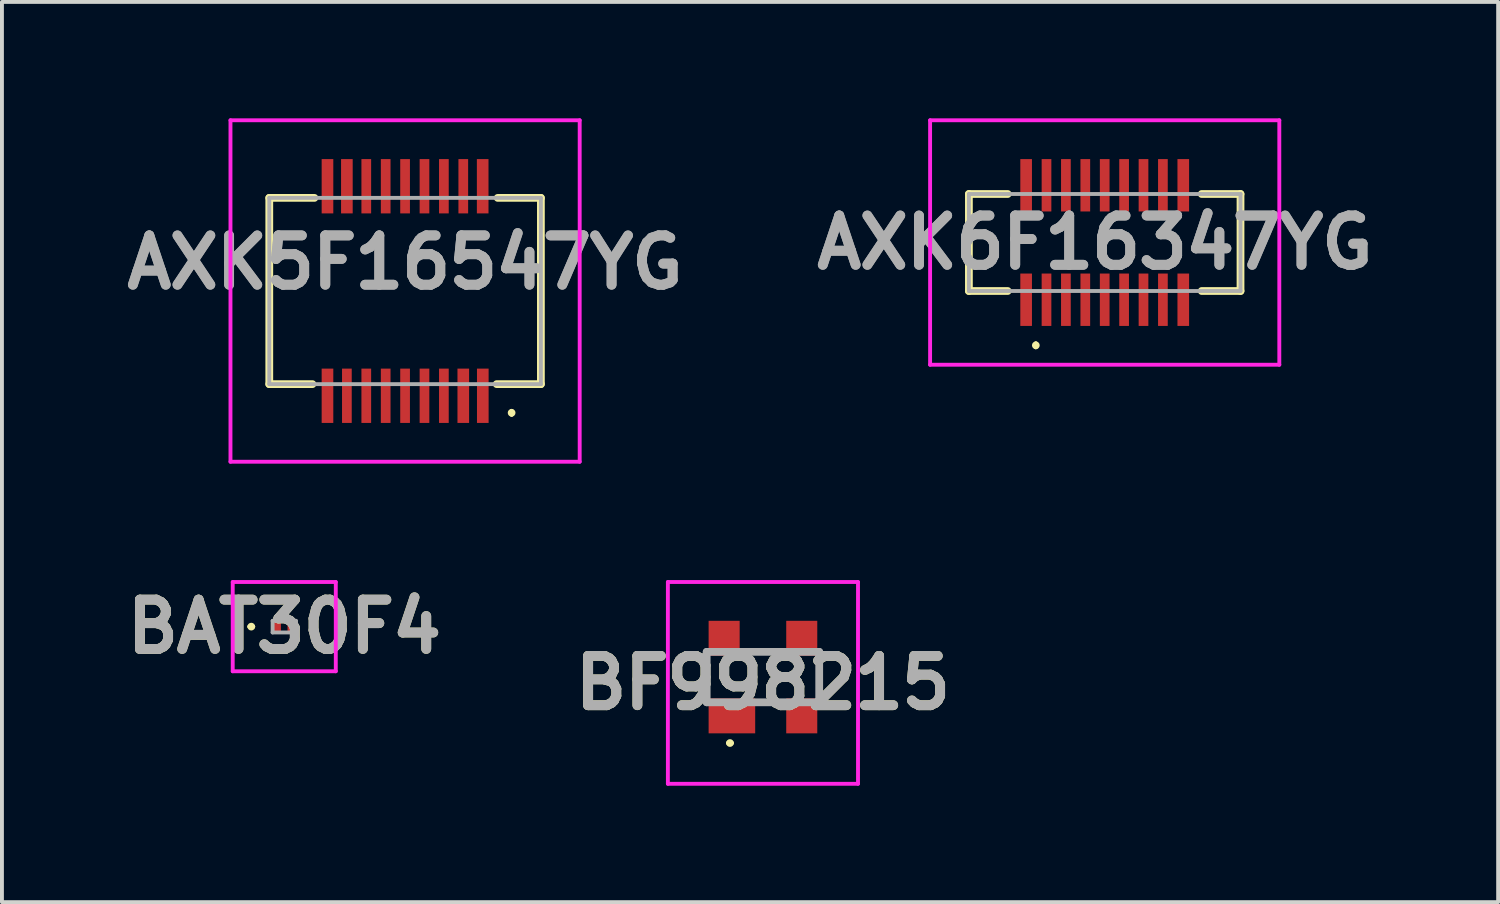
<source format=kicad_pcb>
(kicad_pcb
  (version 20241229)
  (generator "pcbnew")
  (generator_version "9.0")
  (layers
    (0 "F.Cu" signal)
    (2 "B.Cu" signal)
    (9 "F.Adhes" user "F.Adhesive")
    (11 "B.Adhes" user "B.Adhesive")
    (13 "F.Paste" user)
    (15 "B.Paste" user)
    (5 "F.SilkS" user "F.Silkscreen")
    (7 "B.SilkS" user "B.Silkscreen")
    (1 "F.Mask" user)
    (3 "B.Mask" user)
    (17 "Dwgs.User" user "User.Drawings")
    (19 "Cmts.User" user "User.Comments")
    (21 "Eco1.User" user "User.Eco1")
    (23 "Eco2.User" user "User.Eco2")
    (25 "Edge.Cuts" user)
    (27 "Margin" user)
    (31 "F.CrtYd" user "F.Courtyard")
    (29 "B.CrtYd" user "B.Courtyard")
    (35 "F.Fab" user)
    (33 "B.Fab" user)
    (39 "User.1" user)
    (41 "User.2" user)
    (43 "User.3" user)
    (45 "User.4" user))
  (footprint "BAT30F4"
    (layer "F.Cu")
    (at 4.276 13.1)
    (property "Reference" "BAT30F4" (at 0 0 0) (layer "F.SilkS") (effects (font (size 1.27 1.27) (thickness 0.254))))
    (attr smd)
    (fp_line (start -0.9 0) (end -0.9 0) (stroke (width 0.1) (type solid)) (layer "F.SilkS"))
    (fp_line (start -0.8 0) (end -0.8 0) (stroke (width 0.1) (type solid)) (layer "F.SilkS"))
    (fp_arc (start -0.9 0) (mid -0.85 -0.05) (end -0.8 0) (stroke (width 0.1) (type solid)) (layer "F.SilkS"))
    (fp_arc (start -0.8 0) (mid -0.85 0.05) (end -0.9 0) (stroke (width 0.1) (type solid)) (layer "F.SilkS"))
    (fp_line (start -1.328 -1.15) (end 1.328 -1.15) (stroke (width 0.1) (type solid)) (layer "F.CrtYd"))
    (fp_line (start -1.328 1.15) (end -1.328 -1.15) (stroke (width 0.1) (type solid)) (layer "F.CrtYd"))
    (fp_line (start 1.328 -1.15) (end 1.328 1.15) (stroke (width 0.1) (type solid)) (layer "F.CrtYd"))
    (fp_line (start 1.328 1.15) (end -1.328 1.15) (stroke (width 0.1) (type solid)) (layer "F.CrtYd"))
    (fp_line (start -0.3 -0.15) (end 0.3 -0.15) (stroke (width 0.1) (type solid)) (layer "F.Fab"))
    (fp_line (start -0.3 0.15) (end -0.3 -0.15) (stroke (width 0.1) (type solid)) (layer "F.Fab"))
    (fp_line (start 0.3 -0.15) (end 0.3 0.15) (stroke (width 0.1) (type solid)) (layer "F.Fab"))
    (fp_line (start 0.3 0.15) (end -0.3 0.15) (stroke (width 0.1) (type solid)) (layer "F.Fab"))
    (fp_text user "${REFERENCE}" (at 0 0 0) (layer "F.Fab") (effects (font (size 1.27 1.27) (thickness 0.254))))
    (pad "1" smd rect (at -0.207 0) (size 0.243 0.3) (layers "F.Cu" "F.Mask" "F.Paste"))
    (pad "2" smd rect (at 0.206 0) (size 0.243 0.3) (layers "F.Cu" "F.Mask" "F.Paste")))
  (footprint "AXK6F16347YG"
    (layer "F.Cu")
    (at 25.421 3.2)
    (property "Reference" "AXK6F16347YG" (at -0.25 0 0) (layer "F.Fab") (effects (font (size 1.27 1.27) (thickness 0.254))))
    (attr smd)
    (fp_line (start -3.5 -1.25) (end -3.5 1.25) (stroke (width 0.2) (type solid)) (layer "F.SilkS"))
    (fp_line (start -3.5 1.25) (end -2.5 1.25) (stroke (width 0.2) (type solid)) (layer "F.SilkS"))
    (fp_line (start -2.5 -1.25) (end -3.5 -1.25) (stroke (width 0.2) (type solid)) (layer "F.SilkS"))
    (fp_line (start -1.775 2.6) (end -1.775 2.6) (stroke (width 0.1) (type solid)) (layer "F.SilkS"))
    (fp_line (start -1.775 2.7) (end -1.775 2.7) (stroke (width 0.1) (type solid)) (layer "F.SilkS"))
    (fp_line (start 2.5 1.25) (end 3.5 1.25) (stroke (width 0.2) (type solid)) (layer "F.SilkS"))
    (fp_line (start 3.5 -1.25) (end 2.5 -1.25) (stroke (width 0.2) (type solid)) (layer "F.SilkS"))
    (fp_line (start 3.5 1.25) (end 3.5 -1.25) (stroke (width 0.2) (type solid)) (layer "F.SilkS"))
    (fp_arc (start -1.775 2.6) (mid -1.725 2.65) (end -1.775 2.7) (stroke (width 0.1) (type solid)) (layer "F.SilkS"))
    (fp_arc (start -1.775 2.7) (mid -1.825 2.65) (end -1.775 2.6) (stroke (width 0.1) (type solid)) (layer "F.SilkS"))
    (fp_line (start -4.5 -3.15) (end 4.5 -3.15) (stroke (width 0.1) (type solid)) (layer "F.CrtYd"))
    (fp_line (start -4.5 3.15) (end -4.5 -3.15) (stroke (width 0.1) (type solid)) (layer "F.CrtYd"))
    (fp_line (start 4.5 -3.15) (end 4.5 3.15) (stroke (width 0.1) (type solid)) (layer "F.CrtYd"))
    (fp_line (start 4.5 3.15) (end -4.5 3.15) (stroke (width 0.1) (type solid)) (layer "F.CrtYd"))
    (fp_line (start -3.5 -1.25) (end 3.5 -1.25) (stroke (width 0.1) (type solid)) (layer "F.Fab"))
    (fp_line (start -3.5 1.25) (end -3.5 -1.25) (stroke (width 0.1) (type solid)) (layer "F.Fab"))
    (fp_line (start 3.5 -1.25) (end 3.5 1.25) (stroke (width 0.1) (type solid)) (layer "F.Fab"))
    (fp_line (start 3.5 1.25) (end -3.5 1.25) (stroke (width 0.1) (type solid)) (layer "F.Fab"))
    (fp_text user "${REFERENCE}" (at -0.25 0 0) (layer "F.Fab") (effects (font (size 1.27 1.27) (thickness 0.254))))
    (pad "1" smd rect (at -2.025 1.475) (size 0.3 1.35) (layers "F.Cu" "F.Mask" "F.Paste"))
    (pad "2" smd rect (at -1.5 1.475) (size 0.25 1.35) (layers "F.Cu" "F.Mask" "F.Paste"))
    (pad "3" smd rect (at -1 1.475) (size 0.25 1.35) (layers "F.Cu" "F.Mask" "F.Paste"))
    (pad "4" smd rect (at -0.5 1.475) (size 0.25 1.35) (layers "F.Cu" "F.Mask" "F.Paste"))
    (pad "5" smd rect (at 0 1.475) (size 0.25 1.35) (layers "F.Cu" "F.Mask" "F.Paste"))
    (pad "6" smd rect (at 0.5 1.475) (size 0.25 1.35) (layers "F.Cu" "F.Mask" "F.Paste"))
    (pad "7" smd rect (at 1 1.475) (size 0.25 1.35) (layers "F.Cu" "F.Mask" "F.Paste"))
    (pad "8" smd rect (at 1.5 1.475) (size 0.25 1.35) (layers "F.Cu" "F.Mask" "F.Paste"))
    (pad "9" smd rect (at 2.025 1.475) (size 0.3 1.35) (layers "F.Cu" "F.Mask" "F.Paste"))
    (pad "10" smd rect (at 2.025 -1.475) (size 0.3 1.35) (layers "F.Cu" "F.Mask" "F.Paste"))
    (pad "11" smd rect (at 1.5 -1.475) (size 0.25 1.35) (layers "F.Cu" "F.Mask" "F.Paste"))
    (pad "12" smd rect (at 1 -1.475) (size 0.25 1.35) (layers "F.Cu" "F.Mask" "F.Paste"))
    (pad "13" smd rect (at 0.5 -1.475) (size 0.25 1.35) (layers "F.Cu" "F.Mask" "F.Paste"))
    (pad "14" smd rect (at 0 -1.475) (size 0.25 1.35) (layers "F.Cu" "F.Mask" "F.Paste"))
    (pad "15" smd rect (at -0.5 -1.475) (size 0.25 1.35) (layers "F.Cu" "F.Mask" "F.Paste"))
    (pad "16" smd rect (at -1 -1.475) (size 0.25 1.35) (layers "F.Cu" "F.Mask" "F.Paste"))
    (pad "17" smd rect (at -1.5 -1.475) (size 0.25 1.35) (layers "F.Cu" "F.Mask" "F.Paste"))
    (pad "18" smd rect (at -2.025 -1.475) (size 0.3 1.35) (layers "F.Cu" "F.Mask" "F.Paste")))
  (footprint "AXK5F16547YG"
    (layer "F.Cu")
    (at 7.39 4.45)
    (property "Reference" "AXK5F16547YG" (at 0 -0.737 0) (layer "F.Fab") (effects (font (size 1.27 1.27) (thickness 0.254))))
    (attr smd)
    (fp_line (start -3.5 -2.4) (end -3.5 2.4) (stroke (width 0.2) (type solid)) (layer "F.SilkS"))
    (fp_line (start -3.5 2.4) (end -2.388 2.4) (stroke (width 0.2) (type solid)) (layer "F.SilkS"))
    (fp_line (start -2.337 -2.4) (end -3.5 -2.4) (stroke (width 0.2) (type solid)) (layer "F.SilkS"))
    (fp_line (start 2.362 2.4) (end 3.5 2.4) (stroke (width 0.2) (type solid)) (layer "F.SilkS"))
    (fp_line (start 2.746 3.089) (end 2.746 3.089) (stroke (width 0.1) (type solid)) (layer "F.SilkS"))
    (fp_line (start 2.746 3.189) (end 2.746 3.189) (stroke (width 0.1) (type solid)) (layer "F.SilkS"))
    (fp_line (start 3.5 -2.4) (end 2.388 -2.4) (stroke (width 0.2) (type solid)) (layer "F.SilkS"))
    (fp_line (start 3.5 2.4) (end 3.5 -2.4) (stroke (width 0.2) (type solid)) (layer "F.SilkS"))
    (fp_arc (start 2.7458 3.0888) (mid 2.7958 3.1388) (end 2.7458 3.1888) (stroke (width 0.1) (type solid)) (layer "F.SilkS"))
    (fp_arc (start 2.7458 3.1888) (mid 2.6958 3.1388) (end 2.7458 3.0888) (stroke (width 0.1) (type solid)) (layer "F.SilkS"))
    (fp_line (start -4.5 -4.4) (end 4.5 -4.4) (stroke (width 0.1) (type solid)) (layer "F.CrtYd"))
    (fp_line (start -4.5 4.4) (end -4.5 -4.4) (stroke (width 0.1) (type solid)) (layer "F.CrtYd"))
    (fp_line (start 4.5 -4.4) (end 4.5 4.4) (stroke (width 0.1) (type solid)) (layer "F.CrtYd"))
    (fp_line (start 4.5 4.4) (end -4.5 4.4) (stroke (width 0.1) (type solid)) (layer "F.CrtYd"))
    (fp_line (start -3.5 -2.4) (end -3.5 2.4) (stroke (width 0.1) (type solid)) (layer "F.Fab"))
    (fp_line (start -3.5 2.4) (end 3.5 2.4) (stroke (width 0.1) (type solid)) (layer "F.Fab"))
    (fp_line (start 3.5 -2.4) (end -3.5 -2.4) (stroke (width 0.1) (type solid)) (layer "F.Fab"))
    (fp_line (start 3.5 2.4) (end 3.5 -2.4) (stroke (width 0.1) (type solid)) (layer "F.Fab"))
    (fp_text user "${REFERENCE}" (at 0 -0.737 0) (layer "F.Fab") (effects (font (size 1.27 1.27) (thickness 0.254))))
    (pad "1" smd rect (at 2.003 2.7) (size 0.3 1.4) (layers "F.Cu" "F.Mask" "F.Paste"))
    (pad "2" smd rect (at 1.5 2.7) (size 0.3 1.4) (layers "F.Cu" "F.Mask" "F.Paste"))
    (pad "3" smd rect (at 1 2.7) (size 0.25 1.4) (layers "F.Cu" "F.Mask" "F.Paste"))
    (pad "4" smd rect (at 0.5 2.7) (size 0.25 1.4) (layers "F.Cu" "F.Mask" "F.Paste"))
    (pad "5" smd rect (at 0 2.7) (size 0.25 1.4) (layers "F.Cu" "F.Mask" "F.Paste"))
    (pad "6" smd rect (at -0.5 2.7) (size 0.25 1.4) (layers "F.Cu" "F.Mask" "F.Paste"))
    (pad "7" smd rect (at -1 2.7) (size 0.25 1.4) (layers "F.Cu" "F.Mask" "F.Paste"))
    (pad "8" smd rect (at -1.5 2.7) (size 0.25 1.4) (layers "F.Cu" "F.Mask" "F.Paste"))
    (pad "9" smd rect (at -2 2.7) (size 0.3 1.4) (layers "F.Cu" "F.Mask" "F.Paste"))
    (pad "10" smd rect (at -2 -2.7) (size 0.3 1.4) (layers "F.Cu" "F.Mask" "F.Paste"))
    (pad "11" smd rect (at -1.5 -2.7) (size 0.3 1.4) (layers "F.Cu" "F.Mask" "F.Paste"))
    (pad "12" smd rect (at -1 -2.7) (size 0.25 1.4) (layers "F.Cu" "F.Mask" "F.Paste"))
    (pad "13" smd rect (at -0.5 -2.7) (size 0.25 1.4) (layers "F.Cu" "F.Mask" "F.Paste"))
    (pad "14" smd rect (at 0 -2.7) (size 0.25 1.4) (layers "F.Cu" "F.Mask" "F.Paste"))
    (pad "15" smd rect (at 0.5 -2.7) (size 0.25 1.4) (layers "F.Cu" "F.Mask" "F.Paste"))
    (pad "16" smd rect (at 1 -2.7) (size 0.25 1.4) (layers "F.Cu" "F.Mask" "F.Paste"))
    (pad "17" smd rect (at 1.5 -2.7) (size 0.25 1.4) (layers "F.Cu" "F.Mask" "F.Paste"))
    (pad "18" smd rect (at 2 -2.7) (size 0.3 1.4) (layers "F.Cu" "F.Mask" "F.Paste")))
  (footprint "BF998215"
    (layer "F.Cu")
    (at 16.613 14.775)
    (property "Reference" "BF998215" (at 0 -0.225 0) (layer "F.SilkS") (effects (font (size 1.27 1.27) (thickness 0.254))))
    (attr smd)
    (fp_line (start -1.45 -0.775) (end -1.45 0.025) (stroke (width 0.1) (type solid)) (layer "F.SilkS"))
    (fp_line (start -0.9 1.325) (end -0.9 1.325) (stroke (width 0.1) (type solid)) (layer "F.SilkS"))
    (fp_line (start -0.8 1.325) (end -0.8 1.325) (stroke (width 0.1) (type solid)) (layer "F.SilkS"))
    (fp_line (start -0.4 -1.025) (end 0.4 -1.025) (stroke (width 0.1) (type solid)) (layer "F.SilkS"))
    (fp_line (start 0 0.275) (end 0.4 0.275) (stroke (width 0.1) (type solid)) (layer "F.SilkS"))
    (fp_line (start 1.45 -0.775) (end 1.45 0.025) (stroke (width 0.1) (type solid)) (layer "F.SilkS"))
    (fp_line (start 1.45 0.025) (end 1.45 0.025) (stroke (width 0.1) (type solid)) (layer "F.SilkS"))
    (fp_arc (start -0.9 1.325) (mid -0.85 1.275) (end -0.8 1.325) (stroke (width 0.1) (type solid)) (layer "F.SilkS"))
    (fp_arc (start -0.8 1.325) (mid -0.85 1.375) (end -0.9 1.325) (stroke (width 0.1) (type solid)) (layer "F.SilkS"))
    (fp_line (start -2.45 -2.825) (end 2.45 -2.825) (stroke (width 0.1) (type solid)) (layer "F.CrtYd"))
    (fp_line (start -2.45 2.375) (end -2.45 -2.825) (stroke (width 0.1) (type solid)) (layer "F.CrtYd"))
    (fp_line (start 2.45 -2.825) (end 2.45 2.375) (stroke (width 0.1) (type solid)) (layer "F.CrtYd"))
    (fp_line (start 2.45 2.375) (end -2.45 2.375) (stroke (width 0.1) (type solid)) (layer "F.CrtYd"))
    (fp_line (start -1.45 -1.025) (end 1.45 -1.025) (stroke (width 0.2) (type solid)) (layer "F.Fab"))
    (fp_line (start -1.45 0.275) (end -1.45 -1.025) (stroke (width 0.2) (type solid)) (layer "F.Fab"))
    (fp_line (start 1.45 -1.025) (end 1.45 0.275) (stroke (width 0.2) (type solid)) (layer "F.Fab"))
    (fp_line (start 1.45 0.275) (end -1.45 0.275) (stroke (width 0.2) (type solid)) (layer "F.Fab"))
    (fp_text user "${REFERENCE}" (at 0 -0.225 0) (layer "F.Fab") (effects (font (size 1.27 1.27) (thickness 0.254))))
    (pad "1" smd rect (at -0.8 0.625 90) (size 0.9 1.2) (layers "F.Cu" "F.Mask" "F.Paste"))
    (pad "2" smd rect (at 1 0.625 90) (size 0.9 0.8) (layers "F.Cu" "F.Mask" "F.Paste"))
    (pad "3" smd rect (at 1 -1.375 90) (size 0.9 0.8) (layers "F.Cu" "F.Mask" "F.Paste"))
    (pad "4" smd rect (at -1 -1.375 90) (size 0.9 0.8) (layers "F.Cu" "F.Mask" "F.Paste")))
  (gr_rect
    (start -3 -3)
    (end 35.561 20.2)
    (stroke (width 0.1) (type default))
    (fill no)
    (layer "Edge.Cuts")))
</source>
